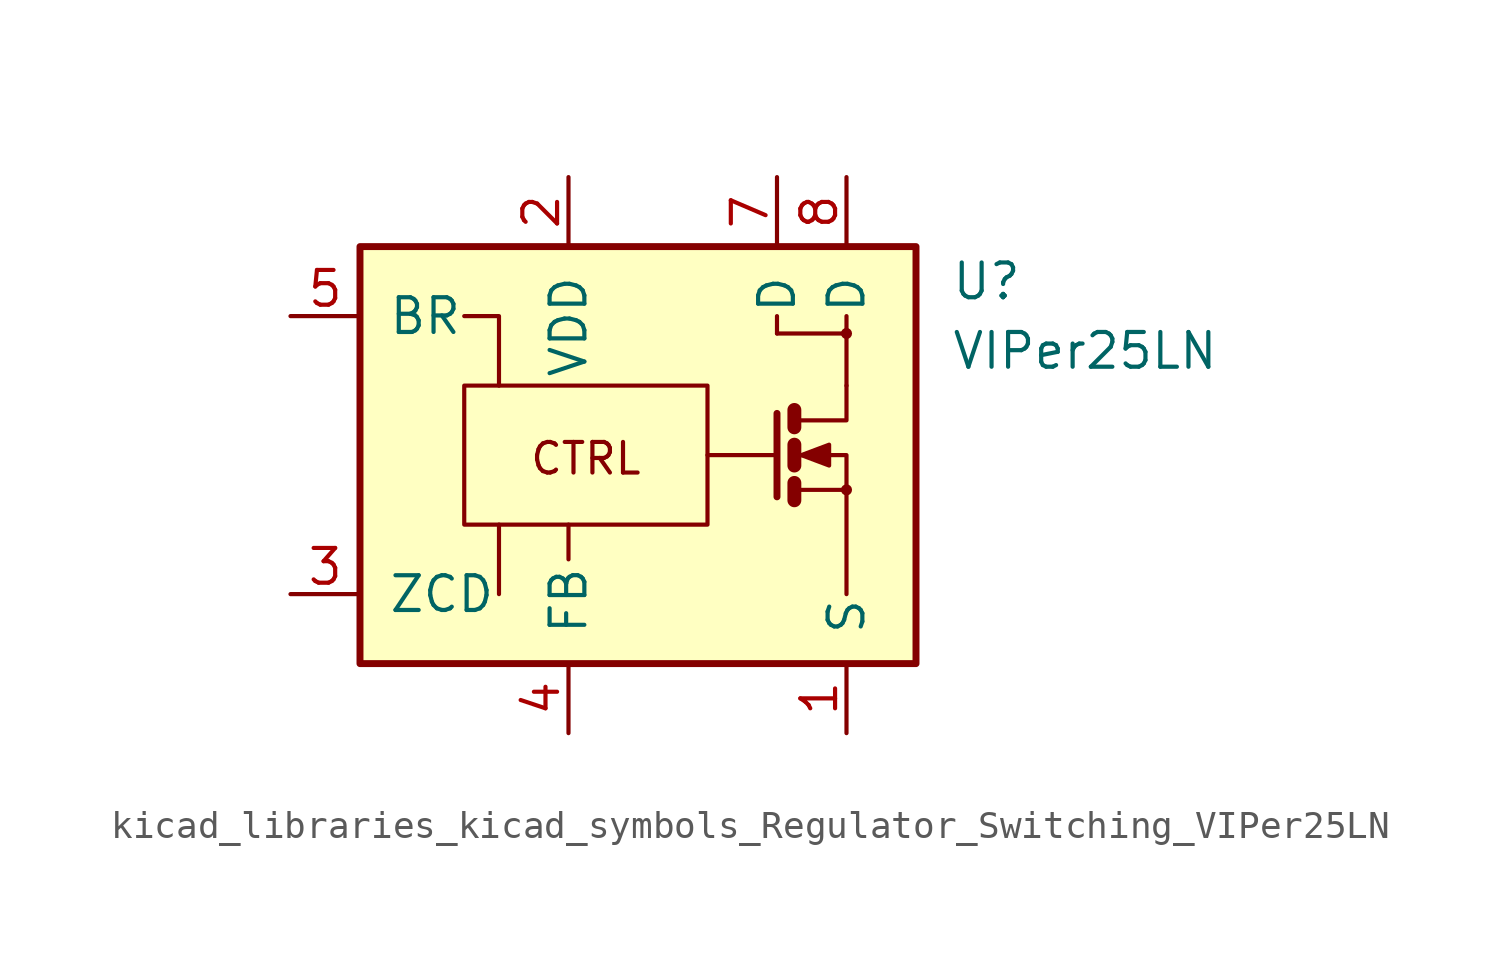
<source format=kicad_sym>
(kicad_symbol_lib
  (version 20220914)
  (generator kicad_symbol_editor)
  (symbol "kicad_libraries_kicad_symbols_Regulator_Switching_VIPer25LN"
    (pin_names
      (offset 1.016))
    (property "Reference" "U"
      (at 11.43 6.35 0)
      (effects (font (size 1.27 1.27)) (justify left)))
    (property "Value" "VIPer25LN"
      (at 11.43 3.81 0)
      (effects (font (size 1.27 1.27)) (justify left)))
    (symbol "kicad_libraries_kicad_symbols_Regulator_Switching_VIPer25LN_0_0"
      (rectangle (start -10.16 7.62) (end 10.16 -7.62) (stroke (width 0.254) (type default)) (fill (type background)))
      (polyline (pts (xy -5.08 -2.54) (xy -5.08 -5.08)) (stroke (width 0) (type default)) (fill (type none)))
      (polyline (pts (xy 5.08 5.08) (xy 5.08 4.445)) (stroke (width 0) (type default)) (fill (type none)))
      (polyline (pts (xy 7.62 2.54) (xy 7.62 4.445)) (stroke (width 0) (type default)) (fill (type none)))
      (polyline (pts (xy -6.35 5.08) (xy -5.08 5.08) (xy -5.08 2.54)) (stroke (width 0) (type default)) (fill (type none)))
      (circle (center 7.62 -1.27) (radius 0.127) (stroke (width 0) (type default)) (fill (type none)))
      (circle (center 7.62 4.445) (radius 0.127) (stroke (width 0) (type default)) (fill (type none)))
      (text "CTRL" (at -1.905 -0.127 0) (effects (font (size 1.118 1.118)))))
    (symbol "kicad_libraries_kicad_symbols_Regulator_Switching_VIPer25LN_0_1"
      (rectangle (start -6.35 -2.54) (end 2.54 2.54) (stroke (width 0) (type default)) (fill (type none)))
      (polyline (pts (xy -2.54 -3.81) (xy -2.54 -2.54)) (stroke (width 0) (type default)) (fill (type none)))
      (polyline (pts (xy 5.08 0) (xy 2.54 0)) (stroke (width 0) (type default)) (fill (type none)))
      (polyline (pts (xy 5.715 -1.27) (xy 7.62 -1.27)) (stroke (width 0) (type default)) (fill (type none)))
      (polyline (pts (xy 5.715 -1.016) (xy 5.715 -1.651)) (stroke (width 0.508) (type default)) (fill (type none)))
      (polyline (pts (xy 5.715 0.381) (xy 5.715 -0.381)) (stroke (width 0.508) (type default)) (fill (type none)))
      (polyline (pts (xy 5.715 1.651) (xy 5.715 1.016)) (stroke (width 0.508) (type default)) (fill (type none)))
      (polyline (pts (xy 5.08 1.524) (xy 5.08 -1.524) (xy 5.08 -1.524)) (stroke (width 0.254) (type default)) (fill (type none)))
      (polyline (pts (xy 5.08 4.445) (xy 7.62 4.445) (xy 7.62 5.08)) (stroke (width 0) (type default)) (fill (type none)))
      (polyline (pts (xy 7.62 -1.27) (xy 7.62 -5.08) (xy 7.62 -3.048)) (stroke (width 0) (type default)) (fill (type none)))
      (polyline (pts (xy 5.842 1.27) (xy 7.62 1.27) (xy 7.62 2.54) (xy 7.62 2.54)) (stroke (width 0) (type default)) (fill (type none)))
      (polyline (pts (xy 5.842 0) (xy 6.35 0) (xy 7.62 0) (xy 7.62 -1.27) (xy 7.62 -1.27)) (stroke (width 0) (type default)) (fill (type none)))
      (polyline (pts (xy 5.969 0) (xy 6.985 0.381) (xy 6.985 -0.381) (xy 5.969 0) (xy 6.096 0) (xy 6.096 0)) (stroke (width 0) (type default)) (fill (type outline))))
    (symbol "kicad_libraries_kicad_symbols_Regulator_Switching_VIPer25LN_1_1"
      (pin passive line (at 7.62 -10.16 90) (length 2.54) (name "S" (effects (font (size 1.27 1.27)))) (number "1" (effects (font (size 1.27 1.27)))))
      (pin power_in line (at -2.54 10.16 270) (length 2.54) (name "VDD" (effects (font (size 1.27 1.27)))) (number "2" (effects (font (size 1.27 1.27)))))
      (pin input line (at -12.7 -5.08 0) (length 2.54) (name "ZCD" (effects (font (size 1.27 1.27)))) (number "3" (effects (font (size 1.27 1.27)))))
      (pin input line (at -2.54 -10.16 90) (length 2.54) (name "FB" (effects (font (size 1.27 1.27)))) (number "4" (effects (font (size 1.27 1.27)))))
      (pin input line (at -12.7 5.08 0) (length 2.54) (name "BR" (effects (font (size 1.27 1.27)))) (number "5" (effects (font (size 1.27 1.27)))))
      (pin passive line (at 5.08 10.16 270) (length 2.54) (name "D" (effects (font (size 1.27 1.27)))) (number "7" (effects (font (size 1.27 1.27)))))
      (pin passive line (at 7.62 10.16 270) (length 2.54) (name "D" (effects (font (size 1.27 1.27)))) (number "8" (effects (font (size 1.27 1.27))))))))
</source>
